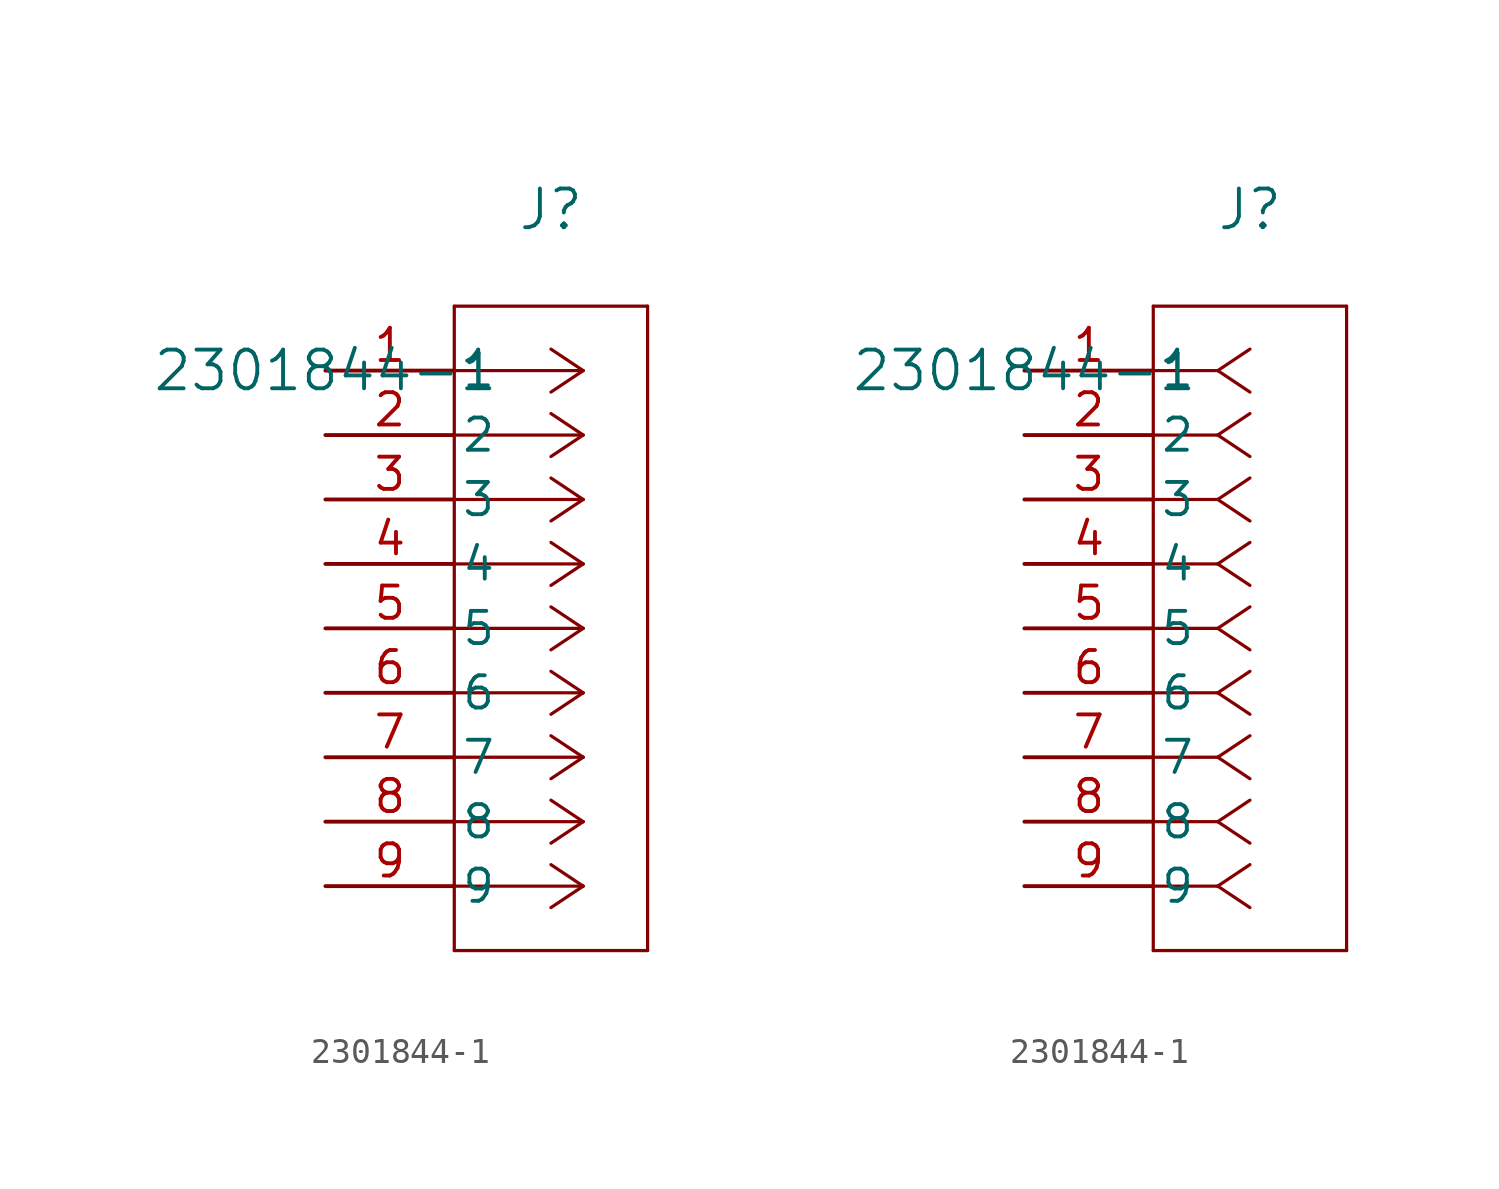
<source format=kicad_sym>
(kicad_symbol_lib
  (version 20211014)
  (generator kicad_symbol_editor)
  (symbol "2301844-1"
    (pin_names
      (offset 0.254))
    (property "Reference" "J"
      (at 8.89 6.35 0)
      (effects (font (size 1.524 1.524))))
    (property "Value" "2301844-1"
      (at 0 0 0)
      (effects (font (size 1.524 1.524))))
    (symbol "2301844-1_1_1"
      (polyline (pts (xy 10.16 0) (xy 5.08 0)) (stroke (width 0.127) (type default) (color 0 0 0 0)) (fill (type none)))
      (polyline (pts (xy 10.16 -2.54) (xy 5.08 -2.54)) (stroke (width 0.127) (type default) (color 0 0 0 0)) (fill (type none)))
      (polyline (pts (xy 10.16 -5.08) (xy 5.08 -5.08)) (stroke (width 0.127) (type default) (color 0 0 0 0)) (fill (type none)))
      (polyline (pts (xy 10.16 -7.62) (xy 5.08 -7.62)) (stroke (width 0.127) (type default) (color 0 0 0 0)) (fill (type none)))
      (polyline (pts (xy 10.16 -10.16) (xy 5.08 -10.16)) (stroke (width 0.127) (type default) (color 0 0 0 0)) (fill (type none)))
      (polyline (pts (xy 10.16 -12.7) (xy 5.08 -12.7)) (stroke (width 0.127) (type default) (color 0 0 0 0)) (fill (type none)))
      (polyline (pts (xy 10.16 -15.24) (xy 5.08 -15.24)) (stroke (width 0.127) (type default) (color 0 0 0 0)) (fill (type none)))
      (polyline (pts (xy 10.16 -17.78) (xy 5.08 -17.78)) (stroke (width 0.127) (type default) (color 0 0 0 0)) (fill (type none)))
      (polyline (pts (xy 10.16 -20.32) (xy 5.08 -20.32)) (stroke (width 0.127) (type default) (color 0 0 0 0)) (fill (type none)))
      (polyline (pts (xy 10.16 0) (xy 8.89 0.847)) (stroke (width 0.127) (type default) (color 0 0 0 0)) (fill (type none)))
      (polyline (pts (xy 10.16 -2.54) (xy 8.89 -1.693)) (stroke (width 0.127) (type default) (color 0 0 0 0)) (fill (type none)))
      (polyline (pts (xy 10.16 -5.08) (xy 8.89 -4.233)) (stroke (width 0.127) (type default) (color 0 0 0 0)) (fill (type none)))
      (polyline (pts (xy 10.16 -7.62) (xy 8.89 -6.773)) (stroke (width 0.127) (type default) (color 0 0 0 0)) (fill (type none)))
      (polyline (pts (xy 10.16 -10.16) (xy 8.89 -9.313)) (stroke (width 0.127) (type default) (color 0 0 0 0)) (fill (type none)))
      (polyline (pts (xy 10.16 -12.7) (xy 8.89 -11.853)) (stroke (width 0.127) (type default) (color 0 0 0 0)) (fill (type none)))
      (polyline (pts (xy 10.16 -15.24) (xy 8.89 -14.393)) (stroke (width 0.127) (type default) (color 0 0 0 0)) (fill (type none)))
      (polyline (pts (xy 10.16 -17.78) (xy 8.89 -16.933)) (stroke (width 0.127) (type default) (color 0 0 0 0)) (fill (type none)))
      (polyline (pts (xy 10.16 -20.32) (xy 8.89 -19.473)) (stroke (width 0.127) (type default) (color 0 0 0 0)) (fill (type none)))
      (polyline (pts (xy 10.16 0) (xy 8.89 -0.847)) (stroke (width 0.127) (type default) (color 0 0 0 0)) (fill (type none)))
      (polyline (pts (xy 10.16 -2.54) (xy 8.89 -3.387)) (stroke (width 0.127) (type default) (color 0 0 0 0)) (fill (type none)))
      (polyline (pts (xy 10.16 -5.08) (xy 8.89 -5.927)) (stroke (width 0.127) (type default) (color 0 0 0 0)) (fill (type none)))
      (polyline (pts (xy 10.16 -7.62) (xy 8.89 -8.467)) (stroke (width 0.127) (type default) (color 0 0 0 0)) (fill (type none)))
      (polyline (pts (xy 10.16 -10.16) (xy 8.89 -11.007)) (stroke (width 0.127) (type default) (color 0 0 0 0)) (fill (type none)))
      (polyline (pts (xy 10.16 -12.7) (xy 8.89 -13.547)) (stroke (width 0.127) (type default) (color 0 0 0 0)) (fill (type none)))
      (polyline (pts (xy 10.16 -15.24) (xy 8.89 -16.087)) (stroke (width 0.127) (type default) (color 0 0 0 0)) (fill (type none)))
      (polyline (pts (xy 10.16 -17.78) (xy 8.89 -18.627)) (stroke (width 0.127) (type default) (color 0 0 0 0)) (fill (type none)))
      (polyline (pts (xy 10.16 -20.32) (xy 8.89 -21.167)) (stroke (width 0.127) (type default) (color 0 0 0 0)) (fill (type none)))
      (polyline (pts (xy 5.08 2.54) (xy 5.08 -22.86)) (stroke (width 0.127) (type default) (color 0 0 0 0)) (fill (type none)))
      (polyline (pts (xy 5.08 -22.86) (xy 12.7 -22.86)) (stroke (width 0.127) (type default) (color 0 0 0 0)) (fill (type none)))
      (polyline (pts (xy 12.7 -22.86) (xy 12.7 2.54)) (stroke (width 0.127) (type default) (color 0 0 0 0)) (fill (type none)))
      (polyline (pts (xy 12.7 2.54) (xy 5.08 2.54)) (stroke (width 0.127) (type default) (color 0 0 0 0)) (fill (type none)))
      (pin unspecified line (at 0 0 0) (length 5.08) (name "1" (effects (font (size 1.27 1.27)))) (number "1" (effects (font (size 1.27 1.27)))))
      (pin unspecified line (at 0 -2.54 0) (length 5.08) (name "2" (effects (font (size 1.27 1.27)))) (number "2" (effects (font (size 1.27 1.27)))))
      (pin unspecified line (at 0 -5.08 0) (length 5.08) (name "3" (effects (font (size 1.27 1.27)))) (number "3" (effects (font (size 1.27 1.27)))))
      (pin unspecified line (at 0 -7.62 0) (length 5.08) (name "4" (effects (font (size 1.27 1.27)))) (number "4" (effects (font (size 1.27 1.27)))))
      (pin unspecified line (at 0 -10.16 0) (length 5.08) (name "5" (effects (font (size 1.27 1.27)))) (number "5" (effects (font (size 1.27 1.27)))))
      (pin unspecified line (at 0 -12.7 0) (length 5.08) (name "6" (effects (font (size 1.27 1.27)))) (number "6" (effects (font (size 1.27 1.27)))))
      (pin unspecified line (at 0 -15.24 0) (length 5.08) (name "7" (effects (font (size 1.27 1.27)))) (number "7" (effects (font (size 1.27 1.27)))))
      (pin unspecified line (at 0 -17.78 0) (length 5.08) (name "8" (effects (font (size 1.27 1.27)))) (number "8" (effects (font (size 1.27 1.27)))))
      (pin unspecified line (at 0 -20.32 0) (length 5.08) (name "9" (effects (font (size 1.27 1.27)))) (number "9" (effects (font (size 1.27 1.27))))))
    (symbol "2301844-1_1_2"
      (polyline (pts (xy 7.62 0) (xy 5.08 0)) (stroke (width 0.127) (type default) (color 0 0 0 0)) (fill (type none)))
      (polyline (pts (xy 7.62 -2.54) (xy 5.08 -2.54)) (stroke (width 0.127) (type default) (color 0 0 0 0)) (fill (type none)))
      (polyline (pts (xy 7.62 -5.08) (xy 5.08 -5.08)) (stroke (width 0.127) (type default) (color 0 0 0 0)) (fill (type none)))
      (polyline (pts (xy 7.62 -7.62) (xy 5.08 -7.62)) (stroke (width 0.127) (type default) (color 0 0 0 0)) (fill (type none)))
      (polyline (pts (xy 7.62 -10.16) (xy 5.08 -10.16)) (stroke (width 0.127) (type default) (color 0 0 0 0)) (fill (type none)))
      (polyline (pts (xy 7.62 -12.7) (xy 5.08 -12.7)) (stroke (width 0.127) (type default) (color 0 0 0 0)) (fill (type none)))
      (polyline (pts (xy 7.62 -15.24) (xy 5.08 -15.24)) (stroke (width 0.127) (type default) (color 0 0 0 0)) (fill (type none)))
      (polyline (pts (xy 7.62 -17.78) (xy 5.08 -17.78)) (stroke (width 0.127) (type default) (color 0 0 0 0)) (fill (type none)))
      (polyline (pts (xy 7.62 -20.32) (xy 5.08 -20.32)) (stroke (width 0.127) (type default) (color 0 0 0 0)) (fill (type none)))
      (polyline (pts (xy 7.62 0) (xy 8.89 0.847)) (stroke (width 0.127) (type default) (color 0 0 0 0)) (fill (type none)))
      (polyline (pts (xy 7.62 -2.54) (xy 8.89 -1.693)) (stroke (width 0.127) (type default) (color 0 0 0 0)) (fill (type none)))
      (polyline (pts (xy 7.62 -5.08) (xy 8.89 -4.233)) (stroke (width 0.127) (type default) (color 0 0 0 0)) (fill (type none)))
      (polyline (pts (xy 7.62 -7.62) (xy 8.89 -6.773)) (stroke (width 0.127) (type default) (color 0 0 0 0)) (fill (type none)))
      (polyline (pts (xy 7.62 -10.16) (xy 8.89 -9.313)) (stroke (width 0.127) (type default) (color 0 0 0 0)) (fill (type none)))
      (polyline (pts (xy 7.62 -12.7) (xy 8.89 -11.853)) (stroke (width 0.127) (type default) (color 0 0 0 0)) (fill (type none)))
      (polyline (pts (xy 7.62 -15.24) (xy 8.89 -14.393)) (stroke (width 0.127) (type default) (color 0 0 0 0)) (fill (type none)))
      (polyline (pts (xy 7.62 -17.78) (xy 8.89 -16.933)) (stroke (width 0.127) (type default) (color 0 0 0 0)) (fill (type none)))
      (polyline (pts (xy 7.62 -20.32) (xy 8.89 -19.473)) (stroke (width 0.127) (type default) (color 0 0 0 0)) (fill (type none)))
      (polyline (pts (xy 7.62 0) (xy 8.89 -0.847)) (stroke (width 0.127) (type default) (color 0 0 0 0)) (fill (type none)))
      (polyline (pts (xy 7.62 -2.54) (xy 8.89 -3.387)) (stroke (width 0.127) (type default) (color 0 0 0 0)) (fill (type none)))
      (polyline (pts (xy 7.62 -5.08) (xy 8.89 -5.927)) (stroke (width 0.127) (type default) (color 0 0 0 0)) (fill (type none)))
      (polyline (pts (xy 7.62 -7.62) (xy 8.89 -8.467)) (stroke (width 0.127) (type default) (color 0 0 0 0)) (fill (type none)))
      (polyline (pts (xy 7.62 -10.16) (xy 8.89 -11.007)) (stroke (width 0.127) (type default) (color 0 0 0 0)) (fill (type none)))
      (polyline (pts (xy 7.62 -12.7) (xy 8.89 -13.547)) (stroke (width 0.127) (type default) (color 0 0 0 0)) (fill (type none)))
      (polyline (pts (xy 7.62 -15.24) (xy 8.89 -16.087)) (stroke (width 0.127) (type default) (color 0 0 0 0)) (fill (type none)))
      (polyline (pts (xy 7.62 -17.78) (xy 8.89 -18.627)) (stroke (width 0.127) (type default) (color 0 0 0 0)) (fill (type none)))
      (polyline (pts (xy 7.62 -20.32) (xy 8.89 -21.167)) (stroke (width 0.127) (type default) (color 0 0 0 0)) (fill (type none)))
      (polyline (pts (xy 5.08 2.54) (xy 5.08 -22.86)) (stroke (width 0.127) (type default) (color 0 0 0 0)) (fill (type none)))
      (polyline (pts (xy 5.08 -22.86) (xy 12.7 -22.86)) (stroke (width 0.127) (type default) (color 0 0 0 0)) (fill (type none)))
      (polyline (pts (xy 12.7 -22.86) (xy 12.7 2.54)) (stroke (width 0.127) (type default) (color 0 0 0 0)) (fill (type none)))
      (polyline (pts (xy 12.7 2.54) (xy 5.08 2.54)) (stroke (width 0.127) (type default) (color 0 0 0 0)) (fill (type none)))
      (pin unspecified line (at 0 0 0) (length 5.08) (name "1" (effects (font (size 1.27 1.27)))) (number "1" (effects (font (size 1.27 1.27)))))
      (pin unspecified line (at 0 -2.54 0) (length 5.08) (name "2" (effects (font (size 1.27 1.27)))) (number "2" (effects (font (size 1.27 1.27)))))
      (pin unspecified line (at 0 -5.08 0) (length 5.08) (name "3" (effects (font (size 1.27 1.27)))) (number "3" (effects (font (size 1.27 1.27)))))
      (pin unspecified line (at 0 -7.62 0) (length 5.08) (name "4" (effects (font (size 1.27 1.27)))) (number "4" (effects (font (size 1.27 1.27)))))
      (pin unspecified line (at 0 -10.16 0) (length 5.08) (name "5" (effects (font (size 1.27 1.27)))) (number "5" (effects (font (size 1.27 1.27)))))
      (pin unspecified line (at 0 -12.7 0) (length 5.08) (name "6" (effects (font (size 1.27 1.27)))) (number "6" (effects (font (size 1.27 1.27)))))
      (pin unspecified line (at 0 -15.24 0) (length 5.08) (name "7" (effects (font (size 1.27 1.27)))) (number "7" (effects (font (size 1.27 1.27)))))
      (pin unspecified line (at 0 -17.78 0) (length 5.08) (name "8" (effects (font (size 1.27 1.27)))) (number "8" (effects (font (size 1.27 1.27)))))
      (pin unspecified line (at 0 -20.32 0) (length 5.08) (name "9" (effects (font (size 1.27 1.27)))) (number "9" (effects (font (size 1.27 1.27))))))))
</source>
